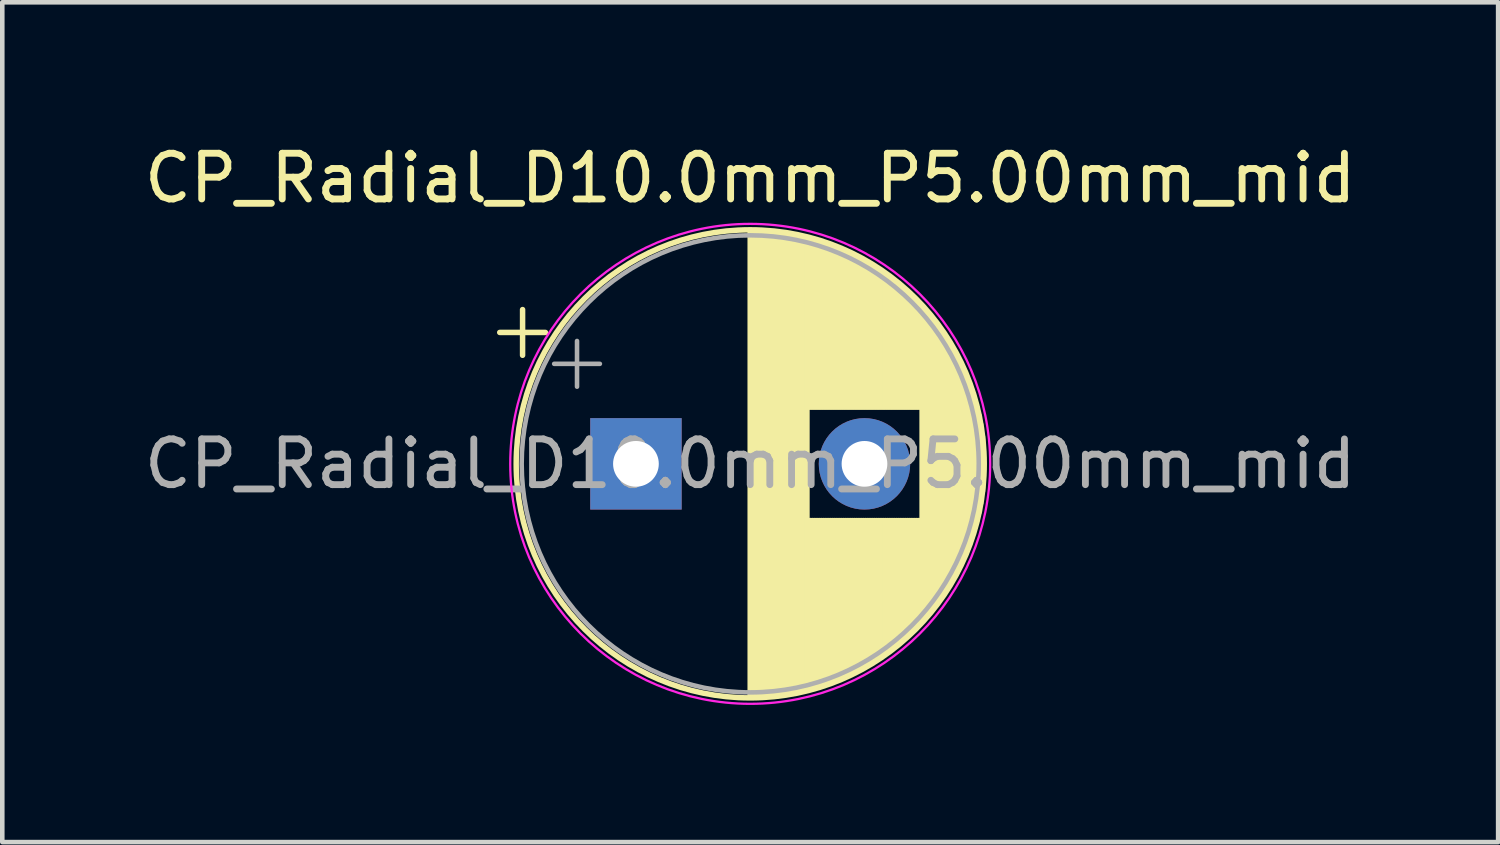
<source format=kicad_pcb>
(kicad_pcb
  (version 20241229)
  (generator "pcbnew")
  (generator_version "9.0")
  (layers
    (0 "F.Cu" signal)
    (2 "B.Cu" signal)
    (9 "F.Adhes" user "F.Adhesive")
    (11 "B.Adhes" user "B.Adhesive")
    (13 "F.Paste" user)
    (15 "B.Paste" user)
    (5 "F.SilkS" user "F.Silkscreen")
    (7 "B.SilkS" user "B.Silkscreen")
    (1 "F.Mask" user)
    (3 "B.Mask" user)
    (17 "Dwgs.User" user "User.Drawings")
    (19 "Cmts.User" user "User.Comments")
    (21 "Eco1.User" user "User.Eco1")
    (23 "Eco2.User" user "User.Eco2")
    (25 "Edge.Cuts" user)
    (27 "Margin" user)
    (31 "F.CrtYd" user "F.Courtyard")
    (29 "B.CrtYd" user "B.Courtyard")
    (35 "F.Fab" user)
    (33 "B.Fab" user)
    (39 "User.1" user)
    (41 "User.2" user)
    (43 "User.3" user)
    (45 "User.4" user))
  (footprint "CP_Radial_D10.0mm_P5.00mm_mid"
    (layer "F.Cu")
    (at 13.363 7.098)
    (property "Reference" "CP_Radial_D10.0mm_P5.00mm_mid" (at 0 -6.25 0) (layer "F.SilkS") (effects (font (size 1 1) (thickness 0.15))))
    (attr smd)
    (fp_line (start -5.48 -2.875) (end -4.48 -2.875) (stroke (width 0.12) (type solid)) (layer "F.SilkS"))
    (fp_line (start -4.98 -3.375) (end -4.98 -2.375) (stroke (width 0.12) (type solid)) (layer "F.SilkS"))
    (fp_line (start 0 -5.08) (end 0 5.08) (stroke (width 0.12) (type solid)) (layer "F.SilkS"))
    (fp_line (start 0.04 -5.08) (end 0.04 5.08) (stroke (width 0.12) (type solid)) (layer "F.SilkS"))
    (fp_line (start 0.08 -5.08) (end 0.08 5.08) (stroke (width 0.12) (type solid)) (layer "F.SilkS"))
    (fp_line (start 0.12 -5.079) (end 0.12 5.079) (stroke (width 0.12) (type solid)) (layer "F.SilkS"))
    (fp_line (start 0.16 -5.078) (end 0.16 5.078) (stroke (width 0.12) (type solid)) (layer "F.SilkS"))
    (fp_line (start 0.2 -5.077) (end 0.2 5.077) (stroke (width 0.12) (type solid)) (layer "F.SilkS"))
    (fp_line (start 0.24 -5.075) (end 0.24 5.075) (stroke (width 0.12) (type solid)) (layer "F.SilkS"))
    (fp_line (start 0.28 -5.073) (end 0.28 5.073) (stroke (width 0.12) (type solid)) (layer "F.SilkS"))
    (fp_line (start 0.32 -5.07) (end 0.32 5.07) (stroke (width 0.12) (type solid)) (layer "F.SilkS"))
    (fp_line (start 0.36 -5.068) (end 0.36 5.068) (stroke (width 0.12) (type solid)) (layer "F.SilkS"))
    (fp_line (start 0.4 -5.065) (end 0.4 5.065) (stroke (width 0.12) (type solid)) (layer "F.SilkS"))
    (fp_line (start 0.44 -5.062) (end 0.44 5.062) (stroke (width 0.12) (type solid)) (layer "F.SilkS"))
    (fp_line (start 0.48 -5.058) (end 0.48 5.058) (stroke (width 0.12) (type solid)) (layer "F.SilkS"))
    (fp_line (start 0.52 -5.054) (end 0.52 5.054) (stroke (width 0.12) (type solid)) (layer "F.SilkS"))
    (fp_line (start 0.56 -5.05) (end 0.56 5.05) (stroke (width 0.12) (type solid)) (layer "F.SilkS"))
    (fp_line (start 0.6 -5.045) (end 0.6 5.045) (stroke (width 0.12) (type solid)) (layer "F.SilkS"))
    (fp_line (start 0.64 -5.04) (end 0.64 5.04) (stroke (width 0.12) (type solid)) (layer "F.SilkS"))
    (fp_line (start 0.68 -5.035) (end 0.68 5.035) (stroke (width 0.12) (type solid)) (layer "F.SilkS"))
    (fp_line (start 0.721 -5.03) (end 0.721 5.03) (stroke (width 0.12) (type solid)) (layer "F.SilkS"))
    (fp_line (start 0.761 -5.024) (end 0.761 5.024) (stroke (width 0.12) (type solid)) (layer "F.SilkS"))
    (fp_line (start 0.801 -5.018) (end 0.801 5.018) (stroke (width 0.12) (type solid)) (layer "F.SilkS"))
    (fp_line (start 0.841 -5.011) (end 0.841 5.011) (stroke (width 0.12) (type solid)) (layer "F.SilkS"))
    (fp_line (start 0.881 -5.004) (end 0.881 5.004) (stroke (width 0.12) (type solid)) (layer "F.SilkS"))
    (fp_line (start 0.921 -4.997) (end 0.921 4.997) (stroke (width 0.12) (type solid)) (layer "F.SilkS"))
    (fp_line (start 0.961 -4.99) (end 0.961 4.99) (stroke (width 0.12) (type solid)) (layer "F.SilkS"))
    (fp_line (start 1.001 -4.982) (end 1.001 4.982) (stroke (width 0.12) (type solid)) (layer "F.SilkS"))
    (fp_line (start 1.041 -4.974) (end 1.041 4.974) (stroke (width 0.12) (type solid)) (layer "F.SilkS"))
    (fp_line (start 1.081 -4.965) (end 1.081 4.965) (stroke (width 0.12) (type solid)) (layer "F.SilkS"))
    (fp_line (start 1.121 -4.956) (end 1.121 4.956) (stroke (width 0.12) (type solid)) (layer "F.SilkS"))
    (fp_line (start 1.161 -4.947) (end 1.161 4.947) (stroke (width 0.12) (type solid)) (layer "F.SilkS"))
    (fp_line (start 1.201 -4.938) (end 1.201 4.938) (stroke (width 0.12) (type solid)) (layer "F.SilkS"))
    (fp_line (start 1.241 -4.928) (end 1.241 4.928) (stroke (width 0.12) (type solid)) (layer "F.SilkS"))
    (fp_line (start 1.281 -4.918) (end 1.281 -1.241) (stroke (width 0.12) (type solid)) (layer "F.SilkS"))
    (fp_line (start 1.281 1.241) (end 1.281 4.918) (stroke (width 0.12) (type solid)) (layer "F.SilkS"))
    (fp_line (start 1.321 -4.907) (end 1.321 -1.241) (stroke (width 0.12) (type solid)) (layer "F.SilkS"))
    (fp_line (start 1.321 1.241) (end 1.321 4.907) (stroke (width 0.12) (type solid)) (layer "F.SilkS"))
    (fp_line (start 1.361 -4.897) (end 1.361 -1.241) (stroke (width 0.12) (type solid)) (layer "F.SilkS"))
    (fp_line (start 1.361 1.241) (end 1.361 4.897) (stroke (width 0.12) (type solid)) (layer "F.SilkS"))
    (fp_line (start 1.401 -4.885) (end 1.401 -1.241) (stroke (width 0.12) (type solid)) (layer "F.SilkS"))
    (fp_line (start 1.401 1.241) (end 1.401 4.885) (stroke (width 0.12) (type solid)) (layer "F.SilkS"))
    (fp_line (start 1.441 -4.874) (end 1.441 -1.241) (stroke (width 0.12) (type solid)) (layer "F.SilkS"))
    (fp_line (start 1.441 1.241) (end 1.441 4.874) (stroke (width 0.12) (type solid)) (layer "F.SilkS"))
    (fp_line (start 1.481 -4.862) (end 1.481 -1.241) (stroke (width 0.12) (type solid)) (layer "F.SilkS"))
    (fp_line (start 1.481 1.241) (end 1.481 4.862) (stroke (width 0.12) (type solid)) (layer "F.SilkS"))
    (fp_line (start 1.521 -4.85) (end 1.521 -1.241) (stroke (width 0.12) (type solid)) (layer "F.SilkS"))
    (fp_line (start 1.521 1.241) (end 1.521 4.85) (stroke (width 0.12) (type solid)) (layer "F.SilkS"))
    (fp_line (start 1.561 -4.837) (end 1.561 -1.241) (stroke (width 0.12) (type solid)) (layer "F.SilkS"))
    (fp_line (start 1.561 1.241) (end 1.561 4.837) (stroke (width 0.12) (type solid)) (layer "F.SilkS"))
    (fp_line (start 1.601 -4.824) (end 1.601 -1.241) (stroke (width 0.12) (type solid)) (layer "F.SilkS"))
    (fp_line (start 1.601 1.241) (end 1.601 4.824) (stroke (width 0.12) (type solid)) (layer "F.SilkS"))
    (fp_line (start 1.641 -4.811) (end 1.641 -1.241) (stroke (width 0.12) (type solid)) (layer "F.SilkS"))
    (fp_line (start 1.641 1.241) (end 1.641 4.811) (stroke (width 0.12) (type solid)) (layer "F.SilkS"))
    (fp_line (start 1.681 -4.797) (end 1.681 -1.241) (stroke (width 0.12) (type solid)) (layer "F.SilkS"))
    (fp_line (start 1.681 1.241) (end 1.681 4.797) (stroke (width 0.12) (type solid)) (layer "F.SilkS"))
    (fp_line (start 1.721 -4.783) (end 1.721 -1.241) (stroke (width 0.12) (type solid)) (layer "F.SilkS"))
    (fp_line (start 1.721 1.241) (end 1.721 4.783) (stroke (width 0.12) (type solid)) (layer "F.SilkS"))
    (fp_line (start 1.761 -4.768) (end 1.761 -1.241) (stroke (width 0.12) (type solid)) (layer "F.SilkS"))
    (fp_line (start 1.761 1.241) (end 1.761 4.768) (stroke (width 0.12) (type solid)) (layer "F.SilkS"))
    (fp_line (start 1.801 -4.754) (end 1.801 -1.241) (stroke (width 0.12) (type solid)) (layer "F.SilkS"))
    (fp_line (start 1.801 1.241) (end 1.801 4.754) (stroke (width 0.12) (type solid)) (layer "F.SilkS"))
    (fp_line (start 1.841 -4.738) (end 1.841 -1.241) (stroke (width 0.12) (type solid)) (layer "F.SilkS"))
    (fp_line (start 1.841 1.241) (end 1.841 4.738) (stroke (width 0.12) (type solid)) (layer "F.SilkS"))
    (fp_line (start 1.881 -4.723) (end 1.881 -1.241) (stroke (width 0.12) (type solid)) (layer "F.SilkS"))
    (fp_line (start 1.881 1.241) (end 1.881 4.723) (stroke (width 0.12) (type solid)) (layer "F.SilkS"))
    (fp_line (start 1.921 -4.707) (end 1.921 -1.241) (stroke (width 0.12) (type solid)) (layer "F.SilkS"))
    (fp_line (start 1.921 1.241) (end 1.921 4.707) (stroke (width 0.12) (type solid)) (layer "F.SilkS"))
    (fp_line (start 1.961 -4.69) (end 1.961 -1.241) (stroke (width 0.12) (type solid)) (layer "F.SilkS"))
    (fp_line (start 1.961 1.241) (end 1.961 4.69) (stroke (width 0.12) (type solid)) (layer "F.SilkS"))
    (fp_line (start 2.001 -4.674) (end 2.001 -1.241) (stroke (width 0.12) (type solid)) (layer "F.SilkS"))
    (fp_line (start 2.001 1.241) (end 2.001 4.674) (stroke (width 0.12) (type solid)) (layer "F.SilkS"))
    (fp_line (start 2.041 -4.657) (end 2.041 -1.241) (stroke (width 0.12) (type solid)) (layer "F.SilkS"))
    (fp_line (start 2.041 1.241) (end 2.041 4.657) (stroke (width 0.12) (type solid)) (layer "F.SilkS"))
    (fp_line (start 2.081 -4.639) (end 2.081 -1.241) (stroke (width 0.12) (type solid)) (layer "F.SilkS"))
    (fp_line (start 2.081 1.241) (end 2.081 4.639) (stroke (width 0.12) (type solid)) (layer "F.SilkS"))
    (fp_line (start 2.121 -4.621) (end 2.121 -1.241) (stroke (width 0.12) (type solid)) (layer "F.SilkS"))
    (fp_line (start 2.121 1.241) (end 2.121 4.621) (stroke (width 0.12) (type solid)) (layer "F.SilkS"))
    (fp_line (start 2.161 -4.603) (end 2.161 -1.241) (stroke (width 0.12) (type solid)) (layer "F.SilkS"))
    (fp_line (start 2.161 1.241) (end 2.161 4.603) (stroke (width 0.12) (type solid)) (layer "F.SilkS"))
    (fp_line (start 2.201 -4.584) (end 2.201 -1.241) (stroke (width 0.12) (type solid)) (layer "F.SilkS"))
    (fp_line (start 2.201 1.241) (end 2.201 4.584) (stroke (width 0.12) (type solid)) (layer "F.SilkS"))
    (fp_line (start 2.241 -4.564) (end 2.241 -1.241) (stroke (width 0.12) (type solid)) (layer "F.SilkS"))
    (fp_line (start 2.241 1.241) (end 2.241 4.564) (stroke (width 0.12) (type solid)) (layer "F.SilkS"))
    (fp_line (start 2.281 -4.545) (end 2.281 -1.241) (stroke (width 0.12) (type solid)) (layer "F.SilkS"))
    (fp_line (start 2.281 1.241) (end 2.281 4.545) (stroke (width 0.12) (type solid)) (layer "F.SilkS"))
    (fp_line (start 2.321 -4.525) (end 2.321 -1.241) (stroke (width 0.12) (type solid)) (layer "F.SilkS"))
    (fp_line (start 2.321 1.241) (end 2.321 4.525) (stroke (width 0.12) (type solid)) (layer "F.SilkS"))
    (fp_line (start 2.361 -4.504) (end 2.361 -1.241) (stroke (width 0.12) (type solid)) (layer "F.SilkS"))
    (fp_line (start 2.361 1.241) (end 2.361 4.504) (stroke (width 0.12) (type solid)) (layer "F.SilkS"))
    (fp_line (start 2.401 -4.483) (end 2.401 -1.241) (stroke (width 0.12) (type solid)) (layer "F.SilkS"))
    (fp_line (start 2.401 1.241) (end 2.401 4.483) (stroke (width 0.12) (type solid)) (layer "F.SilkS"))
    (fp_line (start 2.441 -4.462) (end 2.441 -1.241) (stroke (width 0.12) (type solid)) (layer "F.SilkS"))
    (fp_line (start 2.441 1.241) (end 2.441 4.462) (stroke (width 0.12) (type solid)) (layer "F.SilkS"))
    (fp_line (start 2.481 -4.44) (end 2.481 -1.241) (stroke (width 0.12) (type solid)) (layer "F.SilkS"))
    (fp_line (start 2.481 1.241) (end 2.481 4.44) (stroke (width 0.12) (type solid)) (layer "F.SilkS"))
    (fp_line (start 2.521 -4.417) (end 2.521 -1.241) (stroke (width 0.12) (type solid)) (layer "F.SilkS"))
    (fp_line (start 2.521 1.241) (end 2.521 4.417) (stroke (width 0.12) (type solid)) (layer "F.SilkS"))
    (fp_line (start 2.561 -4.395) (end 2.561 -1.241) (stroke (width 0.12) (type solid)) (layer "F.SilkS"))
    (fp_line (start 2.561 1.241) (end 2.561 4.395) (stroke (width 0.12) (type solid)) (layer "F.SilkS"))
    (fp_line (start 2.601 -4.371) (end 2.601 -1.241) (stroke (width 0.12) (type solid)) (layer "F.SilkS"))
    (fp_line (start 2.601 1.241) (end 2.601 4.371) (stroke (width 0.12) (type solid)) (layer "F.SilkS"))
    (fp_line (start 2.641 -4.347) (end 2.641 -1.241) (stroke (width 0.12) (type solid)) (layer "F.SilkS"))
    (fp_line (start 2.641 1.241) (end 2.641 4.347) (stroke (width 0.12) (type solid)) (layer "F.SilkS"))
    (fp_line (start 2.681 -4.323) (end 2.681 -1.241) (stroke (width 0.12) (type solid)) (layer "F.SilkS"))
    (fp_line (start 2.681 1.241) (end 2.681 4.323) (stroke (width 0.12) (type solid)) (layer "F.SilkS"))
    (fp_line (start 2.721 -4.298) (end 2.721 -1.241) (stroke (width 0.12) (type solid)) (layer "F.SilkS"))
    (fp_line (start 2.721 1.241) (end 2.721 4.298) (stroke (width 0.12) (type solid)) (layer "F.SilkS"))
    (fp_line (start 2.761 -4.273) (end 2.761 -1.241) (stroke (width 0.12) (type solid)) (layer "F.SilkS"))
    (fp_line (start 2.761 1.241) (end 2.761 4.273) (stroke (width 0.12) (type solid)) (layer "F.SilkS"))
    (fp_line (start 2.801 -4.247) (end 2.801 -1.241) (stroke (width 0.12) (type solid)) (layer "F.SilkS"))
    (fp_line (start 2.801 1.241) (end 2.801 4.247) (stroke (width 0.12) (type solid)) (layer "F.SilkS"))
    (fp_line (start 2.841 -4.221) (end 2.841 -1.241) (stroke (width 0.12) (type solid)) (layer "F.SilkS"))
    (fp_line (start 2.841 1.241) (end 2.841 4.221) (stroke (width 0.12) (type solid)) (layer "F.SilkS"))
    (fp_line (start 2.881 -4.194) (end 2.881 -1.241) (stroke (width 0.12) (type solid)) (layer "F.SilkS"))
    (fp_line (start 2.881 1.241) (end 2.881 4.194) (stroke (width 0.12) (type solid)) (layer "F.SilkS"))
    (fp_line (start 2.921 -4.166) (end 2.921 -1.241) (stroke (width 0.12) (type solid)) (layer "F.SilkS"))
    (fp_line (start 2.921 1.241) (end 2.921 4.166) (stroke (width 0.12) (type solid)) (layer "F.SilkS"))
    (fp_line (start 2.961 -4.138) (end 2.961 -1.241) (stroke (width 0.12) (type solid)) (layer "F.SilkS"))
    (fp_line (start 2.961 1.241) (end 2.961 4.138) (stroke (width 0.12) (type solid)) (layer "F.SilkS"))
    (fp_line (start 3.001 -4.11) (end 3.001 -1.241) (stroke (width 0.12) (type solid)) (layer "F.SilkS"))
    (fp_line (start 3.001 1.241) (end 3.001 4.11) (stroke (width 0.12) (type solid)) (layer "F.SilkS"))
    (fp_line (start 3.041 -4.08) (end 3.041 -1.241) (stroke (width 0.12) (type solid)) (layer "F.SilkS"))
    (fp_line (start 3.041 1.241) (end 3.041 4.08) (stroke (width 0.12) (type solid)) (layer "F.SilkS"))
    (fp_line (start 3.081 -4.05) (end 3.081 -1.241) (stroke (width 0.12) (type solid)) (layer "F.SilkS"))
    (fp_line (start 3.081 1.241) (end 3.081 4.05) (stroke (width 0.12) (type solid)) (layer "F.SilkS"))
    (fp_line (start 3.121 -4.02) (end 3.121 -1.241) (stroke (width 0.12) (type solid)) (layer "F.SilkS"))
    (fp_line (start 3.121 1.241) (end 3.121 4.02) (stroke (width 0.12) (type solid)) (layer "F.SilkS"))
    (fp_line (start 3.161 -3.989) (end 3.161 -1.241) (stroke (width 0.12) (type solid)) (layer "F.SilkS"))
    (fp_line (start 3.161 1.241) (end 3.161 3.989) (stroke (width 0.12) (type solid)) (layer "F.SilkS"))
    (fp_line (start 3.201 -3.957) (end 3.201 -1.241) (stroke (width 0.12) (type solid)) (layer "F.SilkS"))
    (fp_line (start 3.201 1.241) (end 3.201 3.957) (stroke (width 0.12) (type solid)) (layer "F.SilkS"))
    (fp_line (start 3.241 -3.925) (end 3.241 -1.241) (stroke (width 0.12) (type solid)) (layer "F.SilkS"))
    (fp_line (start 3.241 1.241) (end 3.241 3.925) (stroke (width 0.12) (type solid)) (layer "F.SilkS"))
    (fp_line (start 3.281 -3.892) (end 3.281 -1.241) (stroke (width 0.12) (type solid)) (layer "F.SilkS"))
    (fp_line (start 3.281 1.241) (end 3.281 3.892) (stroke (width 0.12) (type solid)) (layer "F.SilkS"))
    (fp_line (start 3.321 -3.858) (end 3.321 -1.241) (stroke (width 0.12) (type solid)) (layer "F.SilkS"))
    (fp_line (start 3.321 1.241) (end 3.321 3.858) (stroke (width 0.12) (type solid)) (layer "F.SilkS"))
    (fp_line (start 3.361 -3.824) (end 3.361 -1.241) (stroke (width 0.12) (type solid)) (layer "F.SilkS"))
    (fp_line (start 3.361 1.241) (end 3.361 3.824) (stroke (width 0.12) (type solid)) (layer "F.SilkS"))
    (fp_line (start 3.401 -3.789) (end 3.401 -1.241) (stroke (width 0.12) (type solid)) (layer "F.SilkS"))
    (fp_line (start 3.401 1.241) (end 3.401 3.789) (stroke (width 0.12) (type solid)) (layer "F.SilkS"))
    (fp_line (start 3.441 -3.753) (end 3.441 -1.241) (stroke (width 0.12) (type solid)) (layer "F.SilkS"))
    (fp_line (start 3.441 1.241) (end 3.441 3.753) (stroke (width 0.12) (type solid)) (layer "F.SilkS"))
    (fp_line (start 3.481 -3.716) (end 3.481 -1.241) (stroke (width 0.12) (type solid)) (layer "F.SilkS"))
    (fp_line (start 3.481 1.241) (end 3.481 3.716) (stroke (width 0.12) (type solid)) (layer "F.SilkS"))
    (fp_line (start 3.521 -3.679) (end 3.521 -1.241) (stroke (width 0.12) (type solid)) (layer "F.SilkS"))
    (fp_line (start 3.521 1.241) (end 3.521 3.679) (stroke (width 0.12) (type solid)) (layer "F.SilkS"))
    (fp_line (start 3.561 -3.64) (end 3.561 -1.241) (stroke (width 0.12) (type solid)) (layer "F.SilkS"))
    (fp_line (start 3.561 1.241) (end 3.561 3.64) (stroke (width 0.12) (type solid)) (layer "F.SilkS"))
    (fp_line (start 3.601 -3.601) (end 3.601 -1.241) (stroke (width 0.12) (type solid)) (layer "F.SilkS"))
    (fp_line (start 3.601 1.241) (end 3.601 3.601) (stroke (width 0.12) (type solid)) (layer "F.SilkS"))
    (fp_line (start 3.641 -3.561) (end 3.641 -1.241) (stroke (width 0.12) (type solid)) (layer "F.SilkS"))
    (fp_line (start 3.641 1.241) (end 3.641 3.561) (stroke (width 0.12) (type solid)) (layer "F.SilkS"))
    (fp_line (start 3.681 -3.52) (end 3.681 -1.241) (stroke (width 0.12) (type solid)) (layer "F.SilkS"))
    (fp_line (start 3.681 1.241) (end 3.681 3.52) (stroke (width 0.12) (type solid)) (layer "F.SilkS"))
    (fp_line (start 3.721 -3.478) (end 3.721 -1.241) (stroke (width 0.12) (type solid)) (layer "F.SilkS"))
    (fp_line (start 3.721 1.241) (end 3.721 3.478) (stroke (width 0.12) (type solid)) (layer "F.SilkS"))
    (fp_line (start 3.761 -3.436) (end 3.761 3.436) (stroke (width 0.12) (type solid)) (layer "F.SilkS"))
    (fp_line (start 3.801 -3.392) (end 3.801 3.392) (stroke (width 0.12) (type solid)) (layer "F.SilkS"))
    (fp_line (start 3.841 -3.347) (end 3.841 3.347) (stroke (width 0.12) (type solid)) (layer "F.SilkS"))
    (fp_line (start 3.881 -3.301) (end 3.881 3.301) (stroke (width 0.12) (type solid)) (layer "F.SilkS"))
    (fp_line (start 3.921 -3.254) (end 3.921 3.254) (stroke (width 0.12) (type solid)) (layer "F.SilkS"))
    (fp_line (start 3.961 -3.206) (end 3.961 3.206) (stroke (width 0.12) (type solid)) (layer "F.SilkS"))
    (fp_line (start 4.001 -3.156) (end 4.001 3.156) (stroke (width 0.12) (type solid)) (layer "F.SilkS"))
    (fp_line (start 4.041 -3.106) (end 4.041 3.106) (stroke (width 0.12) (type solid)) (layer "F.SilkS"))
    (fp_line (start 4.081 -3.054) (end 4.081 3.054) (stroke (width 0.12) (type solid)) (layer "F.SilkS"))
    (fp_line (start 4.121 -3) (end 4.121 3) (stroke (width 0.12) (type solid)) (layer "F.SilkS"))
    (fp_line (start 4.161 -2.945) (end 4.161 2.945) (stroke (width 0.12) (type solid)) (layer "F.SilkS"))
    (fp_line (start 4.201 -2.889) (end 4.201 2.889) (stroke (width 0.12) (type solid)) (layer "F.SilkS"))
    (fp_line (start 4.241 -2.83) (end 4.241 2.83) (stroke (width 0.12) (type solid)) (layer "F.SilkS"))
    (fp_line (start 4.281 -2.77) (end 4.281 2.77) (stroke (width 0.12) (type solid)) (layer "F.SilkS"))
    (fp_line (start 4.321 -2.709) (end 4.321 2.709) (stroke (width 0.12) (type solid)) (layer "F.SilkS"))
    (fp_line (start 4.361 -2.645) (end 4.361 2.645) (stroke (width 0.12) (type solid)) (layer "F.SilkS"))
    (fp_line (start 4.401 -2.579) (end 4.401 2.579) (stroke (width 0.12) (type solid)) (layer "F.SilkS"))
    (fp_line (start 4.441 -2.51) (end 4.441 2.51) (stroke (width 0.12) (type solid)) (layer "F.SilkS"))
    (fp_line (start 4.481 -2.439) (end 4.481 2.439) (stroke (width 0.12) (type solid)) (layer "F.SilkS"))
    (fp_line (start 4.521 -2.365) (end 4.521 2.365) (stroke (width 0.12) (type solid)) (layer "F.SilkS"))
    (fp_line (start 4.561 -2.289) (end 4.561 2.289) (stroke (width 0.12) (type solid)) (layer "F.SilkS"))
    (fp_line (start 4.601 -2.209) (end 4.601 2.209) (stroke (width 0.12) (type solid)) (layer "F.SilkS"))
    (fp_line (start 4.641 -2.125) (end 4.641 2.125) (stroke (width 0.12) (type solid)) (layer "F.SilkS"))
    (fp_line (start 4.681 -2.037) (end 4.681 2.037) (stroke (width 0.12) (type solid)) (layer "F.SilkS"))
    (fp_line (start 4.721 -1.944) (end 4.721 1.944) (stroke (width 0.12) (type solid)) (layer "F.SilkS"))
    (fp_line (start 4.761 -1.846) (end 4.761 1.846) (stroke (width 0.12) (type solid)) (layer "F.SilkS"))
    (fp_line (start 4.801 -1.742) (end 4.801 1.742) (stroke (width 0.12) (type solid)) (layer "F.SilkS"))
    (fp_line (start 4.841 -1.63) (end 4.841 1.63) (stroke (width 0.12) (type solid)) (layer "F.SilkS"))
    (fp_line (start 4.881 -1.51) (end 4.881 1.51) (stroke (width 0.12) (type solid)) (layer "F.SilkS"))
    (fp_line (start 4.921 -1.378) (end 4.921 1.378) (stroke (width 0.12) (type solid)) (layer "F.SilkS"))
    (fp_line (start 4.961 -1.23) (end 4.961 1.23) (stroke (width 0.12) (type solid)) (layer "F.SilkS"))
    (fp_line (start 5.001 -1.062) (end 5.001 1.062) (stroke (width 0.12) (type solid)) (layer "F.SilkS"))
    (fp_line (start 5.041 -0.862) (end 5.041 0.862) (stroke (width 0.12) (type solid)) (layer "F.SilkS"))
    (fp_line (start 5.081 -0.599) (end 5.081 0.599) (stroke (width 0.12) (type solid)) (layer "F.SilkS"))
    (fp_circle (center 0 0) (end 5.12 0) (stroke (width 0.12) (type solid)) (fill no) (layer "F.SilkS"))
    (fp_circle (center 0 0) (end 5.25 0) (stroke (width 0.05) (type solid)) (fill no) (layer "F.CrtYd"))
    (fp_line (start -4.289 -2.188) (end -3.289 -2.188) (stroke (width 0.1) (type solid)) (layer "F.Fab"))
    (fp_line (start -3.789 -2.688) (end -3.789 -1.688) (stroke (width 0.1) (type solid)) (layer "F.Fab"))
    (fp_circle (center 0 0) (end 5 0) (stroke (width 0.1) (type solid)) (fill no) (layer "F.Fab"))
    (fp_text user "${REFERENCE}" (at 0 0 0) (layer "F.Fab") (effects (font (size 1 1) (thickness 0.15))))
    (pad "1" thru_hole rect (at -2.5 0) (size 2 2) (drill 1) (layers "*.Cu" "*.Mask"))
    (pad "2" thru_hole circle (at 2.5 0) (size 2 2) (drill 1) (layers "*.Cu" "*.Mask")))
  (gr_rect
    (start -3 -3)
    (end 29.726 15.373)
    (stroke (width 0.1) (type default))
    (fill no)
    (layer "Edge.Cuts")))
</source>
